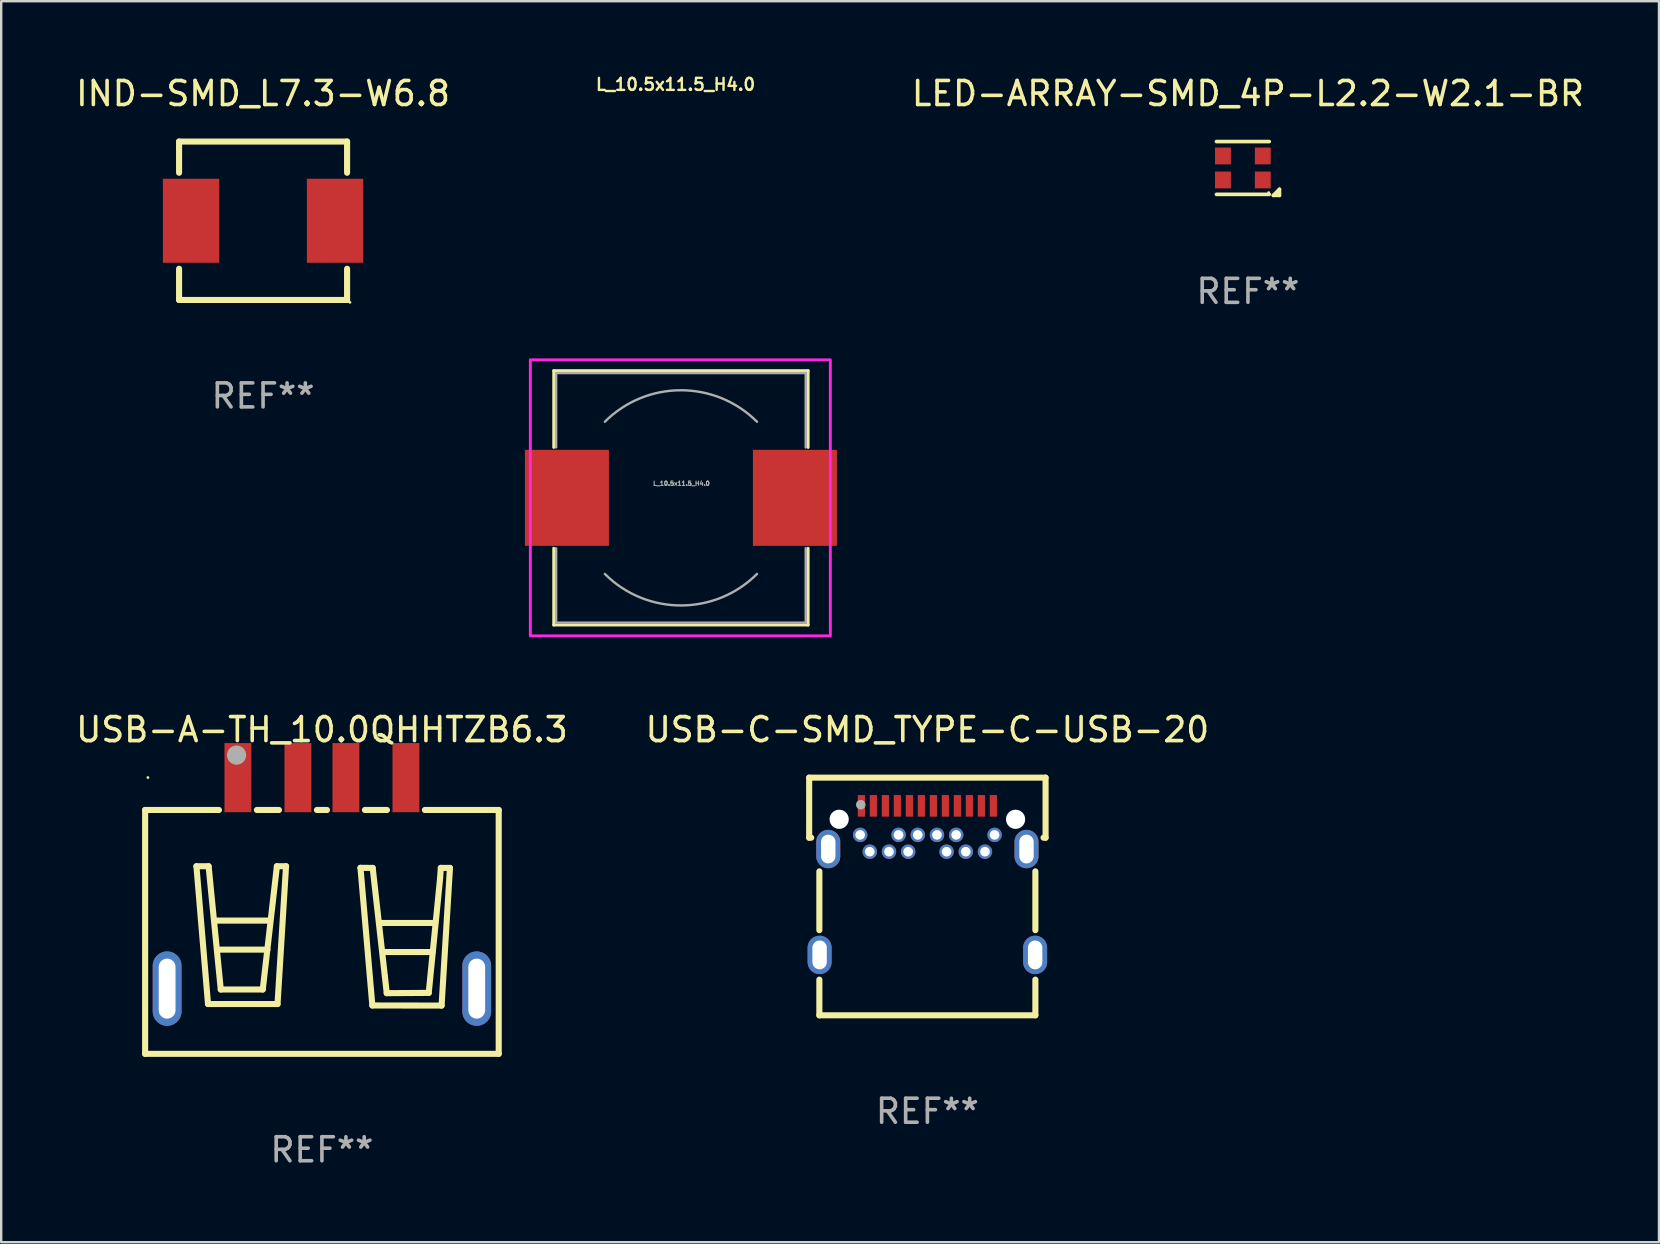
<source format=kicad_pcb>
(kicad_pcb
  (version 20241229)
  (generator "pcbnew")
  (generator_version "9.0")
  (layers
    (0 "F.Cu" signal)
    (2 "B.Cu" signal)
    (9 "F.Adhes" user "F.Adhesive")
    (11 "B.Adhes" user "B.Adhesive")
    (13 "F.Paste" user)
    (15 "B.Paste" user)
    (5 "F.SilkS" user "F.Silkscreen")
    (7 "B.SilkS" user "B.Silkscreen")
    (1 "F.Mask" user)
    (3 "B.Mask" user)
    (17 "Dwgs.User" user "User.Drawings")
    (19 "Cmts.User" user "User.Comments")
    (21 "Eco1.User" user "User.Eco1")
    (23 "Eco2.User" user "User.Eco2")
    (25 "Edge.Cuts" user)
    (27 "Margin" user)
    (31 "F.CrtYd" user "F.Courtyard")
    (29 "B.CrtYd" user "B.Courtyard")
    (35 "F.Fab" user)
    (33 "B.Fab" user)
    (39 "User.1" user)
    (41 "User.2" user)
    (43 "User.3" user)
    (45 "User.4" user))
  (footprint "IND-SMD_L7.3-W6.8"
    (layer "F.Cu")
    (at 7.911 6.148)
    (property "Reference" "IND-SMD_L7.3-W6.8" (at 0 -5.3 0) (layer "F.SilkS") (effects (font (size 1 1) (thickness 0.15))))
    (attr through_hole)
    (fp_line (start -3.5 3.3) (end 3.5 3.3) (stroke (width 0.254) (type solid)) (layer "F.SilkS"))
    (fp_line (start -3.5 -3.3) (end -3.5 -2) (stroke (width 0.254) (type solid)) (layer "F.SilkS"))
    (fp_line (start -3.5 -3.3) (end 3.5 -3.3) (stroke (width 0.254) (type solid)) (layer "F.SilkS"))
    (fp_line (start -3.5 2) (end -3.5 3.3) (stroke (width 0.254) (type solid)) (layer "F.SilkS"))
    (fp_line (start 3.5 -3.3) (end 3.5 -2) (stroke (width 0.254) (type solid)) (layer "F.SilkS"))
    (fp_line (start 3.5 2) (end 3.5 3.3) (stroke (width 0.254) (type solid)) (layer "F.SilkS"))
    (fp_circle (center 3.62 3.4) (end 3.65 3.4) (stroke (width 0.06) (type solid)) (fill no) (layer "F.SilkS"))
    (fp_text user "REF**" (at 0 7.3 0) (layer "F.Fab") (effects (font (size 1 1) (thickness 0.15))))
    (pad "1" smd rect (at -3 0) (size 2.35 3.5) (layers "F.Cu" "F.Mask" "F.Paste"))
    (pad "2" smd rect (at 3 0) (size 2.35 3.5) (layers "F.Cu" "F.Mask" "F.Paste")))
  (footprint "USB-C-SMD_TYPE-C-USB-20"
    (layer "F.Cu")
    (at 35.589 33.631)
    (property "Reference" "USB-C-SMD_TYPE-C-USB-20" (at -0.000038 -6.28 0) (layer "F.SilkS") (effects (font (size 1 1) (thickness 0.15))))
    (attr through_hole)
    (fp_line (start -4.925 -4.28) (end -4.925 -1.778) (stroke (width 0.254) (type solid)) (layer "F.SilkS"))
    (fp_line (start -4.925 -1.778) (end -4.84 -1.778) (stroke (width 0.254) (type solid)) (layer "F.SilkS"))
    (fp_line (start -4.5 2.074) (end -4.5 -0.375) (stroke (width 0.254) (type solid)) (layer "F.SilkS"))
    (fp_line (start -4.5 5.622) (end -4.5 4.136) (stroke (width 0.254) (type solid)) (layer "F.SilkS"))
    (fp_line (start 4.5 2.074) (end 4.5 -0.375) (stroke (width 0.254) (type solid)) (layer "F.SilkS"))
    (fp_line (start 4.5 5.622) (end -4.5 5.622) (stroke (width 0.254) (type solid)) (layer "F.SilkS"))
    (fp_line (start 4.5 5.622) (end 4.5 4.136) (stroke (width 0.254) (type solid)) (layer "F.SilkS"))
    (fp_line (start 4.925 -4.28) (end -4.925 -4.28) (stroke (width 0.254) (type solid)) (layer "F.SilkS"))
    (fp_line (start 4.925 -4.28) (end 4.925 -1.778) (stroke (width 0.254) (type solid)) (layer "F.SilkS"))
    (fp_line (start 4.925 -1.778) (end 4.84 -1.778) (stroke (width 0.254) (type solid)) (layer "F.SilkS"))
    (fp_circle (center -4.925 -4.28) (end -4.895 -4.28) (stroke (width 0.06) (type solid)) (fill no) (layer "F.SilkS"))
    (fp_circle (center -2.8 -1.896) (end -2.65 -1.896) (stroke (width 0.3) (type solid)) (fill no) (layer "F.Paste"))
    (fp_circle (center -2.4 -1.195) (end -2.25 -1.195) (stroke (width 0.3) (type solid)) (fill no) (layer "F.Paste"))
    (fp_circle (center -1.6 -1.195) (end -1.45 -1.195) (stroke (width 0.3) (type solid)) (fill no) (layer "F.Paste"))
    (fp_circle (center -1.2 -1.896) (end -1.05 -1.896) (stroke (width 0.3) (type solid)) (fill no) (layer "F.Paste"))
    (fp_circle (center -0.8 -1.195) (end -0.65 -1.195) (stroke (width 0.3) (type solid)) (fill no) (layer "F.Paste"))
    (fp_circle (center -0.4 -1.896) (end -0.25 -1.896) (stroke (width 0.3) (type solid)) (fill no) (layer "F.Paste"))
    (fp_circle (center 0.4 -1.896) (end 0.55 -1.896) (stroke (width 0.3) (type solid)) (fill no) (layer "F.Paste"))
    (fp_circle (center 0.8 -1.195) (end 0.95 -1.195) (stroke (width 0.3) (type solid)) (fill no) (layer "F.Paste"))
    (fp_circle (center 1.2 -1.896) (end 1.35 -1.896) (stroke (width 0.3) (type solid)) (fill no) (layer "F.Paste"))
    (fp_circle (center 1.6 -1.195) (end 1.75 -1.195) (stroke (width 0.3) (type solid)) (fill no) (layer "F.Paste"))
    (fp_circle (center 2.4 -1.195) (end 2.55 -1.195) (stroke (width 0.3) (type solid)) (fill no) (layer "F.Paste"))
    (fp_circle (center 2.8 -1.896) (end 2.95 -1.896) (stroke (width 0.3) (type solid)) (fill no) (layer "F.Paste"))
    (fp_circle (center -3.675 -2.545) (end -3.525 -2.545) (stroke (width 0.3) (type solid)) (fill no) (layer "F.Fab"))
    (fp_circle (center -2.775 -3.152) (end -2.675 -3.152) (stroke (width 0.2) (type solid)) (fill no) (layer "F.Fab"))
    (fp_circle (center 3.675 -2.545) (end 3.825 -2.545) (stroke (width 0.3) (type solid)) (fill no) (layer "F.Fab"))
    (fp_text user "REF**" (at -0.000038 9.622 0) (layer "F.Fab") (effects (font (size 1 1) (thickness 0.15))))
    (pad "" np_thru_hole circle (at -3.675 -2.545) (size 0.8 0.8) (drill 0.8) (layers "*.Cu" "*.Mask"))
    (pad "" np_thru_hole circle (at 3.675 -2.545) (size 0.8 0.8) (drill 0.8) (layers "*.Cu" "*.Mask"))
    (pad "0" thru_hole oval (at -4.49 3.105) (size 1 1.6) (drill oval 0.6 1.2) (layers "*.Cu" "*.Mask"))
    (pad "0" thru_hole oval (at -4.13 -1.305) (size 1 1.6) (drill oval 0.6 1.199) (layers "*.Cu" "*.Mask"))
    (pad "0" thru_hole oval (at 4.13 -1.305) (size 1 1.6) (drill oval 0.6 1.199) (layers "*.Cu" "*.Mask"))
    (pad "0" thru_hole oval (at 4.49 3.105) (size 1 1.6) (drill oval 0.6 1.2) (layers "*.Cu" "*.Mask"))
    (pad "A1" smd rect (at -2.75 -3.105) (size 0.3 0.9) (layers "F.Cu" "F.Mask" "F.Paste"))
    (pad "A2" smd rect (at -2.25 -3.105) (size 0.3 0.9) (layers "F.Cu" "F.Mask" "F.Paste"))
    (pad "A3" smd rect (at -1.75 -3.105) (size 0.3 0.9) (layers "F.Cu" "F.Mask" "F.Paste"))
    (pad "A4" smd rect (at -1.25 -3.105) (size 0.3 0.9) (layers "F.Cu" "F.Mask" "F.Paste"))
    (pad "A5" smd rect (at -0.75 -3.105) (size 0.3 0.9) (layers "F.Cu" "F.Mask" "F.Paste"))
    (pad "A6" smd rect (at -0.25 -3.105) (size 0.3 0.9) (layers "F.Cu" "F.Mask" "F.Paste"))
    (pad "A7" smd rect (at 0.25 -3.105) (size 0.3 0.9) (layers "F.Cu" "F.Mask" "F.Paste"))
    (pad "A8" smd rect (at 0.75 -3.105) (size 0.3 0.9) (layers "F.Cu" "F.Mask" "F.Paste"))
    (pad "A9" smd rect (at 1.25 -3.105) (size 0.3 0.9) (layers "F.Cu" "F.Mask" "F.Paste"))
    (pad "A10" smd rect (at 1.75 -3.105) (size 0.3 0.9) (layers "F.Cu" "F.Mask" "F.Paste"))
    (pad "A11" smd rect (at 2.25 -3.105) (size 0.3 0.9) (layers "F.Cu" "F.Mask" "F.Paste"))
    (pad "A12" smd rect (at 2.75 -3.105) (size 0.3 0.9) (layers "F.Cu" "F.Mask" "F.Paste"))
    (pad "B1" thru_hole circle (at 2.8 -1.895) (size 0.6 0.6) (drill 0.4) (layers "*.Cu" "*.Mask"))
    (pad "B2" thru_hole circle (at 2.4 -1.195) (size 0.6 0.6) (drill 0.4) (layers "*.Cu" "*.Mask"))
    (pad "B3" thru_hole circle (at 1.6 -1.195) (size 0.6 0.6) (drill 0.4) (layers "*.Cu" "*.Mask"))
    (pad "B4" thru_hole circle (at 1.2 -1.895) (size 0.6 0.6) (drill 0.4) (layers "*.Cu" "*.Mask"))
    (pad "B5" thru_hole circle (at 0.8 -1.195) (size 0.6 0.6) (drill 0.4) (layers "*.Cu" "*.Mask"))
    (pad "B6" thru_hole circle (at 0.4 -1.895) (size 0.6 0.6) (drill 0.4) (layers "*.Cu" "*.Mask"))
    (pad "B7" thru_hole circle (at -0.4 -1.895) (size 0.6 0.6) (drill 0.4) (layers "*.Cu" "*.Mask"))
    (pad "B8" thru_hole circle (at -0.8 -1.195) (size 0.6 0.6) (drill 0.4) (layers "*.Cu" "*.Mask"))
    (pad "B9" thru_hole circle (at -1.2 -1.895) (size 0.6 0.6) (drill 0.4) (layers "*.Cu" "*.Mask"))
    (pad "B10" thru_hole circle (at -1.6 -1.195) (size 0.6 0.6) (drill 0.4) (layers "*.Cu" "*.Mask"))
    (pad "B11" thru_hole circle (at -2.4 -1.195) (size 0.6 0.6) (drill 0.4) (layers "*.Cu" "*.Mask"))
    (pad "B12" thru_hole circle (at -2.8 -1.895) (size 0.6 0.6) (drill 0.4) (layers "*.Cu" "*.Mask")))
  (footprint "L_10.5x11.5_H4.0"
    (layer "F.Cu")
    (at 25.321 17.693)
    (property "Reference" "L_10.5x11.5_H4.0" (at -0.225 -17.225 0) (layer "F.SilkS") (effects (font (size 0.5 0.5) (thickness 0.1))))
    (attr smd)
    (fp_line (start -5.3 -5.3) (end 5.3 -5.3) (stroke (width 0.12) (type solid)) (layer "F.SilkS"))
    (fp_line (start -5.3 -2.1) (end -5.3 -5.3) (stroke (width 0.12) (type solid)) (layer "F.SilkS"))
    (fp_line (start -5.3 5.3) (end -5.3 2.1) (stroke (width 0.12) (type solid)) (layer "F.SilkS"))
    (fp_line (start 5.3 -5.3) (end 5.3 -2.1) (stroke (width 0.12) (type solid)) (layer "F.SilkS"))
    (fp_line (start 5.3 2.1) (end 5.3 5.3) (stroke (width 0.12) (type solid)) (layer "F.SilkS"))
    (fp_line (start 5.3 5.3) (end -5.3 5.3) (stroke (width 0.12) (type solid)) (layer "F.SilkS"))
    (fp_rect (start -6.275 -5.75) (end 6.225 5.75) (stroke (width 0.12) (type solid)) (fill no) (layer "F.CrtYd"))
    (fp_line (start -5.2 -5.2) (end -5.2 -2.1) (stroke (width 0.1) (type solid)) (layer "F.Fab"))
    (fp_line (start -5.2 -5.2) (end 5.2 -5.2) (stroke (width 0.1) (type solid)) (layer "F.Fab"))
    (fp_line (start -5.2 5.2) (end -5.2 2.1) (stroke (width 0.1) (type solid)) (layer "F.Fab"))
    (fp_line (start -5.2 5.2) (end 5.2 5.2) (stroke (width 0.1) (type solid)) (layer "F.Fab"))
    (fp_line (start 5.2 -5.2) (end 5.2 -2.1) (stroke (width 0.1) (type solid)) (layer "F.Fab"))
    (fp_line (start 5.2 5.2) (end 5.2 2.1) (stroke (width 0.1) (type solid)) (layer "F.Fab"))
    (fp_arc (start -3.17 -3.17) (mid 0 -4.483057) (end 3.17 -3.17) (stroke (width 0.1) (type solid)) (layer "F.Fab"))
    (fp_arc (start 3.17 3.17) (mid 0 4.483057) (end -3.17 3.17) (stroke (width 0.1) (type solid)) (layer "F.Fab"))
    (fp_text user "${REFERENCE}" (at 0.02 -0.6 0) (layer "F.Fab") (effects (font (size 0.178 0.178) (thickness 0.178))))
    (pad "1" smd rect (at -4.75 0) (size 3.5 4) (layers "F.Cu" "F.Mask" "F.Paste"))
    (pad "2" smd rect (at 4.75 0) (size 3.5 4) (layers "F.Cu" "F.Mask" "F.Paste")))
  (footprint "USB-A-TH_10.0QHHTZB6.3"
    (layer "F.Cu")
    (at 10.363 33.746)
    (property "Reference" "USB-A-TH_10.0QHHTZB6.3" (at 0 -6.395 0) (layer "F.SilkS") (effects (font (size 1 1) (thickness 0.15))))
    (attr through_hole)
    (fp_line (start -7.366 -3.048) (end -4.291 -3.048) (stroke (width 0.254) (type solid)) (layer "F.SilkS"))
    (fp_line (start -7.366 7.112) (end -7.366 -3.048) (stroke (width 0.254) (type solid)) (layer "F.SilkS"))
    (fp_line (start -5.229 -0.704) (end -4.721 -0.704) (stroke (width 0.254) (type solid)) (layer "F.SilkS"))
    (fp_line (start -4.746 5.037) (end -5.229 -0.704) (stroke (width 0.254) (type solid)) (layer "F.SilkS"))
    (fp_line (start -4.721 -0.704) (end -4.215 4.431) (stroke (width 0.254) (type solid)) (layer "F.SilkS"))
    (fp_line (start -4.443 1.561) (end -2.183 1.561) (stroke (width 0.254) (type solid)) (layer "F.SilkS"))
    (fp_line (start -4.303 2.771) (end -2.273 2.771) (stroke (width 0.254) (type solid)) (layer "F.SilkS"))
    (fp_line (start -4.215 4.431) (end -2.465 4.431) (stroke (width 0.254) (type solid)) (layer "F.SilkS"))
    (fp_line (start -2.709 -3.048) (end -1.791 -3.048) (stroke (width 0.254) (type solid)) (layer "F.SilkS"))
    (fp_line (start -2.465 4.431) (end -1.876 -0.704) (stroke (width 0.254) (type solid)) (layer "F.SilkS"))
    (fp_line (start -1.876 -0.704) (end -1.495 -0.704) (stroke (width 0.254) (type solid)) (layer "F.SilkS"))
    (fp_line (start -1.85 5.037) (end -4.746 5.037) (stroke (width 0.254) (type solid)) (layer "F.SilkS"))
    (fp_line (start -1.495 -0.704) (end -1.85 5.037) (stroke (width 0.254) (type solid)) (layer "F.SilkS"))
    (fp_line (start -0.209 -3.048) (end 0.209 -3.048) (stroke (width 0.254) (type solid)) (layer "F.SilkS"))
    (fp_line (start 1.606 -0.638) (end 2.115 -0.634) (stroke (width 0.254) (type solid)) (layer "F.SilkS"))
    (fp_line (start 1.791 -3.048) (end 2.709 -3.048) (stroke (width 0.254) (type solid)) (layer "F.SilkS"))
    (fp_line (start 2.101 5.097) (end 1.606 -0.638) (stroke (width 0.254) (type solid)) (layer "F.SilkS"))
    (fp_line (start 2.115 -0.634) (end 2.625 3.906) (stroke (width 0.254) (type solid)) (layer "F.SilkS"))
    (fp_line (start 2.438 1.66) (end 4.698 1.66) (stroke (width 0.254) (type solid)) (layer "F.SilkS"))
    (fp_line (start 2.578 2.87) (end 4.608 2.87) (stroke (width 0.254) (type solid)) (layer "F.SilkS"))
    (fp_line (start 2.625 3.906) (end 2.7 4.584) (stroke (width 0.254) (type solid)) (layer "F.SilkS"))
    (fp_line (start 2.7 4.584) (end 4.45 4.573) (stroke (width 0.254) (type solid)) (layer "F.SilkS"))
    (fp_line (start 4.291 -3.048) (end 7.366 -3.048) (stroke (width 0.254) (type solid)) (layer "F.SilkS"))
    (fp_line (start 4.45 4.573) (end 4.924 -0.205) (stroke (width 0.254) (type solid)) (layer "F.SilkS"))
    (fp_line (start 4.924 -0.205) (end 4.954 -0.635) (stroke (width 0.254) (type solid)) (layer "F.SilkS"))
    (fp_line (start 4.954 -0.635) (end 5.334 -0.635) (stroke (width 0.254) (type solid)) (layer "F.SilkS"))
    (fp_line (start 4.986 5.102) (end 2.101 5.097) (stroke (width 0.254) (type solid)) (layer "F.SilkS"))
    (fp_line (start 5.334 -0.635) (end 4.986 5.102) (stroke (width 0.254) (type solid)) (layer "F.SilkS"))
    (fp_line (start 7.366 -3.048) (end 7.366 7.112) (stroke (width 0.254) (type solid)) (layer "F.SilkS"))
    (fp_line (start 7.366 7.112) (end -7.366 7.112) (stroke (width 0.254) (type solid)) (layer "F.SilkS"))
    (fp_circle (center -7.25 -4.4) (end -7.22 -4.4) (stroke (width 0.06) (type solid)) (fill no) (layer "F.SilkS"))
    (fp_circle (center -3.556 -5.334) (end -3.356 -5.334) (stroke (width 0.4) (type solid)) (fill no) (layer "F.Fab"))
    (fp_text user "REF**" (at 0 11.112 0) (layer "F.Fab") (effects (font (size 1 1) (thickness 0.15))))
    (pad "1" smd rect (at -3.5 -4.395) (size 1.12 2.88) (layers "F.Cu" "F.Mask" "F.Paste"))
    (pad "2" smd rect (at -1 -4.395) (size 1.12 2.88) (layers "F.Cu" "F.Mask" "F.Paste"))
    (pad "3" smd rect (at 1 -4.395) (size 1.12 2.88) (layers "F.Cu" "F.Mask" "F.Paste"))
    (pad "4" smd rect (at 3.5 -4.395) (size 1.12 2.88) (layers "F.Cu" "F.Mask" "F.Paste"))
    (pad "5" thru_hole oval (at -6.45 4.395) (size 1.2 3.1) (drill oval 0.7 2.5) (layers "*.Cu" "*.Mask"))
    (pad "6" thru_hole oval (at 6.45 4.395) (size 1.2 3.1) (drill oval 0.7 2.5) (layers "*.Cu" "*.Mask")))
  (footprint "LED-ARRAY-SMD_4P-L2.2-W2.1-BR"
    (layer "F.Cu")
    (at 48.734 3.948)
    (property "Reference" "LED-ARRAY-SMD_4P-L2.2-W2.1-BR" (at 0.212 -3.1 0) (layer "F.SilkS") (effects (font (size 1 1) (thickness 0.15))))
    (attr through_hole)
    (fp_line (start -1.1 -1.1) (end 1.1 -1.1) (stroke (width 0.152) (type solid)) (layer "F.SilkS"))
    (fp_line (start -1.1 1.1) (end 1.1 1.1) (stroke (width 0.152) (type solid)) (layer "F.SilkS"))
    (fp_line (start 1.27 1.143) (end 1.524 1.143) (stroke (width 0.152) (type solid)) (layer "F.SilkS"))
    (fp_line (start 1.524 0.889) (end 1.27 1.143) (stroke (width 0.152) (type solid)) (layer "F.SilkS"))
    (fp_line (start 1.524 1.143) (end 1.524 0.889) (stroke (width 0.152) (type solid)) (layer "F.SilkS"))
    (fp_circle (center 1.075 1.025) (end 1.105 1.025) (stroke (width 0.06) (type solid)) (fill no) (layer "F.SilkS"))
    (fp_text user "REF**" (at 0.212 5.143 0) (layer "F.Fab") (effects (font (size 1 1) (thickness 0.15))))
    (pad "1" smd rect (at 0.83 0.5) (size 0.66 0.7) (layers "F.Cu" "F.Mask" "F.Paste"))
    (pad "2" smd rect (at 0.83 -0.5) (size 0.66 0.7) (layers "F.Cu" "F.Mask" "F.Paste"))
    (pad "3" smd rect (at -0.83 -0.5) (size 0.66 0.7) (layers "F.Cu" "F.Mask" "F.Paste"))
    (pad "4" smd rect (at -0.83 0.5) (size 0.66 0.7) (layers "F.Cu" "F.Mask" "F.Paste")))
  (gr_rect
    (start -3 -3)
    (end 66.071 48.707)
    (stroke (width 0.1) (type default))
    (fill no)
    (layer "Edge.Cuts")))
</source>
